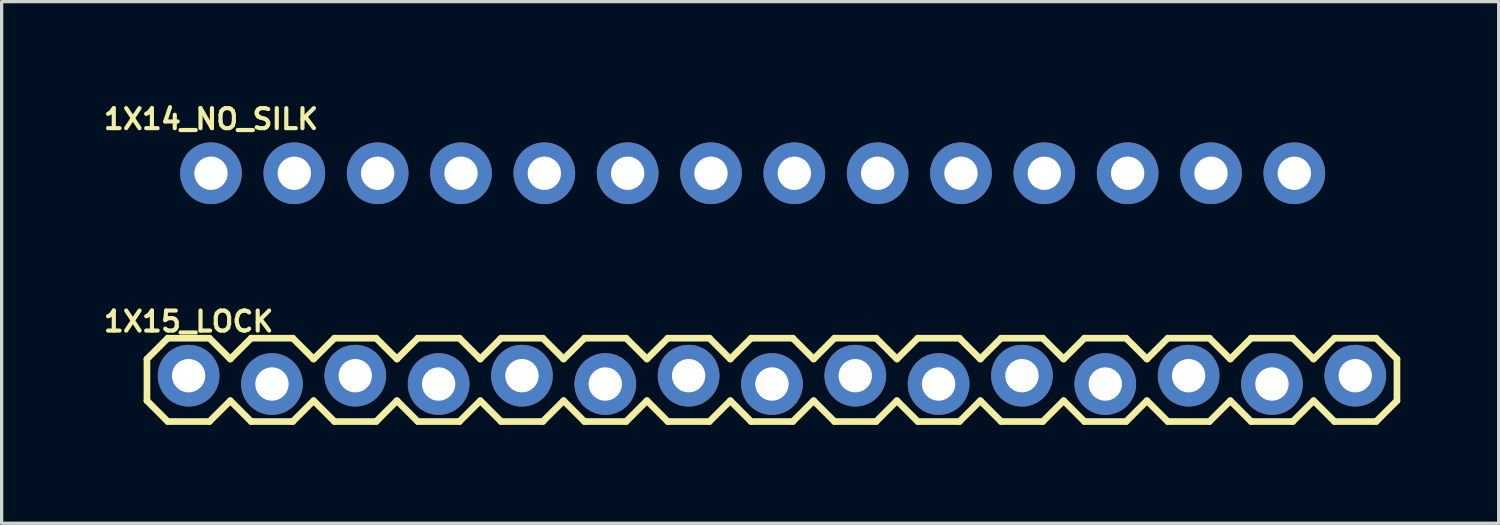
<source format=kicad_pcb>
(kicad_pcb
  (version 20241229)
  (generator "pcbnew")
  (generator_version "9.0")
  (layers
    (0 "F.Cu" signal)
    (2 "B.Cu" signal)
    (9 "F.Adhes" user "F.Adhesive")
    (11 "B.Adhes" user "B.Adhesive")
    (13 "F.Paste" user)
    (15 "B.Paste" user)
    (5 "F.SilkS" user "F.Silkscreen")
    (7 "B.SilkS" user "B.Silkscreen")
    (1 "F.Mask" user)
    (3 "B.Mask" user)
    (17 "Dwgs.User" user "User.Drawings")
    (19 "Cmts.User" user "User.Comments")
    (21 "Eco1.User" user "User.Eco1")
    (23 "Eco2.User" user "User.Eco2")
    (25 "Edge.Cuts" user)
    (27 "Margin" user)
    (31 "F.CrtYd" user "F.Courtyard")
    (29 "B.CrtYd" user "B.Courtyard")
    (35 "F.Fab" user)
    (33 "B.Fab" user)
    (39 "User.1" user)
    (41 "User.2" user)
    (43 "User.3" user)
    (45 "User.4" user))
  (footprint "1X15_LOCK"
    (layer "F.Cu")
    (at 2.699 8.528)
    (property "Reference" "1X15_LOCK" (at 0 -1.778 0) (layer "F.SilkS") (effects (font (size 0.61 0.61) (thickness 0.127))))
    (attr exclude_from_pos_files exclude_from_bom)
    (fp_line (start -1.27 -0.635) (end -1.27 0.635) (stroke (width 0.203) (type solid)) (layer "F.SilkS"))
    (fp_line (start -1.27 0.635) (end -0.635 1.27) (stroke (width 0.203) (type solid)) (layer "F.SilkS"))
    (fp_line (start -0.635 -1.27) (end -1.27 -0.635) (stroke (width 0.203) (type solid)) (layer "F.SilkS"))
    (fp_line (start -0.635 -1.27) (end 0.635 -1.27) (stroke (width 0.203) (type solid)) (layer "F.SilkS"))
    (fp_line (start 0.635 -1.27) (end 1.27 -0.635) (stroke (width 0.203) (type solid)) (layer "F.SilkS"))
    (fp_line (start 0.635 1.27) (end -0.635 1.27) (stroke (width 0.203) (type solid)) (layer "F.SilkS"))
    (fp_line (start 1.27 -0.635) (end 1.905 -1.27) (stroke (width 0.203) (type solid)) (layer "F.SilkS"))
    (fp_line (start 1.27 0.635) (end 0.635 1.27) (stroke (width 0.203) (type solid)) (layer "F.SilkS"))
    (fp_line (start 1.905 -1.27) (end 3.175 -1.27) (stroke (width 0.203) (type solid)) (layer "F.SilkS"))
    (fp_line (start 1.905 1.27) (end 1.27 0.635) (stroke (width 0.203) (type solid)) (layer "F.SilkS"))
    (fp_line (start 3.175 -1.27) (end 3.81 -0.635) (stroke (width 0.203) (type solid)) (layer "F.SilkS"))
    (fp_line (start 3.175 1.27) (end 1.905 1.27) (stroke (width 0.203) (type solid)) (layer "F.SilkS"))
    (fp_line (start 3.81 -0.635) (end 4.445 -1.27) (stroke (width 0.203) (type solid)) (layer "F.SilkS"))
    (fp_line (start 3.81 0.635) (end 3.175 1.27) (stroke (width 0.203) (type solid)) (layer "F.SilkS"))
    (fp_line (start 4.445 -1.27) (end 5.715 -1.27) (stroke (width 0.203) (type solid)) (layer "F.SilkS"))
    (fp_line (start 4.445 1.27) (end 3.81 0.635) (stroke (width 0.203) (type solid)) (layer "F.SilkS"))
    (fp_line (start 5.715 -1.27) (end 6.35 -0.635) (stroke (width 0.203) (type solid)) (layer "F.SilkS"))
    (fp_line (start 5.715 1.27) (end 4.445 1.27) (stroke (width 0.203) (type solid)) (layer "F.SilkS"))
    (fp_line (start 6.35 0.635) (end 5.715 1.27) (stroke (width 0.203) (type solid)) (layer "F.SilkS"))
    (fp_line (start 6.35 0.635) (end 6.985 1.27) (stroke (width 0.203) (type solid)) (layer "F.SilkS"))
    (fp_line (start 6.985 -1.27) (end 6.35 -0.635) (stroke (width 0.203) (type solid)) (layer "F.SilkS"))
    (fp_line (start 6.985 -1.27) (end 8.255 -1.27) (stroke (width 0.203) (type solid)) (layer "F.SilkS"))
    (fp_line (start 8.255 -1.27) (end 8.89 -0.635) (stroke (width 0.203) (type solid)) (layer "F.SilkS"))
    (fp_line (start 8.255 1.27) (end 6.985 1.27) (stroke (width 0.203) (type solid)) (layer "F.SilkS"))
    (fp_line (start 8.89 -0.635) (end 9.525 -1.27) (stroke (width 0.203) (type solid)) (layer "F.SilkS"))
    (fp_line (start 8.89 0.635) (end 8.255 1.27) (stroke (width 0.203) (type solid)) (layer "F.SilkS"))
    (fp_line (start 9.525 -1.27) (end 10.795 -1.27) (stroke (width 0.203) (type solid)) (layer "F.SilkS"))
    (fp_line (start 9.525 1.27) (end 8.89 0.635) (stroke (width 0.203) (type solid)) (layer "F.SilkS"))
    (fp_line (start 10.795 -1.27) (end 11.43 -0.635) (stroke (width 0.203) (type solid)) (layer "F.SilkS"))
    (fp_line (start 10.795 1.27) (end 9.525 1.27) (stroke (width 0.203) (type solid)) (layer "F.SilkS"))
    (fp_line (start 11.43 -0.635) (end 12.065 -1.27) (stroke (width 0.203) (type solid)) (layer "F.SilkS"))
    (fp_line (start 11.43 0.635) (end 10.795 1.27) (stroke (width 0.203) (type solid)) (layer "F.SilkS"))
    (fp_line (start 12.065 -1.27) (end 13.335 -1.27) (stroke (width 0.203) (type solid)) (layer "F.SilkS"))
    (fp_line (start 12.065 1.27) (end 11.43 0.635) (stroke (width 0.203) (type solid)) (layer "F.SilkS"))
    (fp_line (start 13.335 -1.27) (end 13.97 -0.635) (stroke (width 0.203) (type solid)) (layer "F.SilkS"))
    (fp_line (start 13.335 1.27) (end 12.065 1.27) (stroke (width 0.203) (type solid)) (layer "F.SilkS"))
    (fp_line (start 13.97 0.635) (end 13.335 1.27) (stroke (width 0.203) (type solid)) (layer "F.SilkS"))
    (fp_line (start 13.97 0.635) (end 14.605 1.27) (stroke (width 0.203) (type solid)) (layer "F.SilkS"))
    (fp_line (start 14.605 -1.27) (end 13.97 -0.635) (stroke (width 0.203) (type solid)) (layer "F.SilkS"))
    (fp_line (start 14.605 -1.27) (end 15.875 -1.27) (stroke (width 0.203) (type solid)) (layer "F.SilkS"))
    (fp_line (start 15.875 -1.27) (end 16.51 -0.635) (stroke (width 0.203) (type solid)) (layer "F.SilkS"))
    (fp_line (start 15.875 1.27) (end 14.605 1.27) (stroke (width 0.203) (type solid)) (layer "F.SilkS"))
    (fp_line (start 16.51 0.635) (end 15.875 1.27) (stroke (width 0.203) (type solid)) (layer "F.SilkS"))
    (fp_line (start 16.51 0.635) (end 17.145 1.27) (stroke (width 0.203) (type solid)) (layer "F.SilkS"))
    (fp_line (start 17.145 -1.27) (end 16.51 -0.635) (stroke (width 0.203) (type solid)) (layer "F.SilkS"))
    (fp_line (start 17.145 -1.27) (end 18.415 -1.27) (stroke (width 0.203) (type solid)) (layer "F.SilkS"))
    (fp_line (start 18.415 -1.27) (end 19.05 -0.635) (stroke (width 0.203) (type solid)) (layer "F.SilkS"))
    (fp_line (start 18.415 1.27) (end 17.145 1.27) (stroke (width 0.203) (type solid)) (layer "F.SilkS"))
    (fp_line (start 19.05 -0.635) (end 19.685 -1.27) (stroke (width 0.203) (type solid)) (layer "F.SilkS"))
    (fp_line (start 19.05 0.635) (end 18.415 1.27) (stroke (width 0.203) (type solid)) (layer "F.SilkS"))
    (fp_line (start 19.685 -1.27) (end 20.955 -1.27) (stroke (width 0.203) (type solid)) (layer "F.SilkS"))
    (fp_line (start 19.685 1.27) (end 19.05 0.635) (stroke (width 0.203) (type solid)) (layer "F.SilkS"))
    (fp_line (start 20.955 -1.27) (end 21.59 -0.635) (stroke (width 0.203) (type solid)) (layer "F.SilkS"))
    (fp_line (start 20.955 1.27) (end 19.685 1.27) (stroke (width 0.203) (type solid)) (layer "F.SilkS"))
    (fp_line (start 21.59 -0.635) (end 22.225 -1.27) (stroke (width 0.203) (type solid)) (layer "F.SilkS"))
    (fp_line (start 21.59 0.635) (end 20.955 1.27) (stroke (width 0.203) (type solid)) (layer "F.SilkS"))
    (fp_line (start 22.225 -1.27) (end 23.495 -1.27) (stroke (width 0.203) (type solid)) (layer "F.SilkS"))
    (fp_line (start 22.225 1.27) (end 21.59 0.635) (stroke (width 0.203) (type solid)) (layer "F.SilkS"))
    (fp_line (start 23.495 -1.27) (end 24.13 -0.635) (stroke (width 0.203) (type solid)) (layer "F.SilkS"))
    (fp_line (start 23.495 1.27) (end 22.225 1.27) (stroke (width 0.203) (type solid)) (layer "F.SilkS"))
    (fp_line (start 24.13 0.635) (end 23.495 1.27) (stroke (width 0.203) (type solid)) (layer "F.SilkS"))
    (fp_line (start 24.13 0.635) (end 24.765 1.27) (stroke (width 0.203) (type solid)) (layer "F.SilkS"))
    (fp_line (start 24.765 -1.27) (end 24.13 -0.635) (stroke (width 0.203) (type solid)) (layer "F.SilkS"))
    (fp_line (start 24.765 -1.27) (end 26.035 -1.27) (stroke (width 0.203) (type solid)) (layer "F.SilkS"))
    (fp_line (start 26.035 -1.27) (end 26.67 -0.635) (stroke (width 0.203) (type solid)) (layer "F.SilkS"))
    (fp_line (start 26.035 1.27) (end 24.765 1.27) (stroke (width 0.203) (type solid)) (layer "F.SilkS"))
    (fp_line (start 26.67 -0.635) (end 27.305 -1.27) (stroke (width 0.203) (type solid)) (layer "F.SilkS"))
    (fp_line (start 26.67 0.635) (end 26.035 1.27) (stroke (width 0.203) (type solid)) (layer "F.SilkS"))
    (fp_line (start 27.305 -1.27) (end 28.575 -1.27) (stroke (width 0.203) (type solid)) (layer "F.SilkS"))
    (fp_line (start 27.305 1.27) (end 26.67 0.635) (stroke (width 0.203) (type solid)) (layer "F.SilkS"))
    (fp_line (start 28.575 -1.27) (end 29.21 -0.635) (stroke (width 0.203) (type solid)) (layer "F.SilkS"))
    (fp_line (start 28.575 1.27) (end 27.305 1.27) (stroke (width 0.203) (type solid)) (layer "F.SilkS"))
    (fp_line (start 29.21 -0.635) (end 29.845 -1.27) (stroke (width 0.203) (type solid)) (layer "F.SilkS"))
    (fp_line (start 29.21 0.635) (end 28.575 1.27) (stroke (width 0.203) (type solid)) (layer "F.SilkS"))
    (fp_line (start 29.845 -1.27) (end 31.115 -1.27) (stroke (width 0.203) (type solid)) (layer "F.SilkS"))
    (fp_line (start 29.845 1.27) (end 29.21 0.635) (stroke (width 0.203) (type solid)) (layer "F.SilkS"))
    (fp_line (start 31.115 -1.27) (end 31.75 -0.635) (stroke (width 0.203) (type solid)) (layer "F.SilkS"))
    (fp_line (start 31.115 1.27) (end 29.845 1.27) (stroke (width 0.203) (type solid)) (layer "F.SilkS"))
    (fp_line (start 31.75 0.635) (end 31.115 1.27) (stroke (width 0.203) (type solid)) (layer "F.SilkS"))
    (fp_line (start 31.75 0.635) (end 32.385 1.27) (stroke (width 0.203) (type solid)) (layer "F.SilkS"))
    (fp_line (start 32.385 -1.27) (end 31.75 -0.635) (stroke (width 0.203) (type solid)) (layer "F.SilkS"))
    (fp_line (start 32.385 -1.27) (end 33.655 -1.27) (stroke (width 0.203) (type solid)) (layer "F.SilkS"))
    (fp_line (start 33.655 -1.27) (end 34.29 -0.635) (stroke (width 0.203) (type solid)) (layer "F.SilkS"))
    (fp_line (start 33.655 1.27) (end 32.385 1.27) (stroke (width 0.203) (type solid)) (layer "F.SilkS"))
    (fp_line (start 34.29 0.635) (end 33.655 1.27) (stroke (width 0.203) (type solid)) (layer "F.SilkS"))
    (fp_line (start 34.29 0.635) (end 34.925 1.27) (stroke (width 0.203) (type solid)) (layer "F.SilkS"))
    (fp_line (start 34.925 -1.27) (end 34.29 -0.635) (stroke (width 0.203) (type solid)) (layer "F.SilkS"))
    (fp_line (start 34.925 -1.27) (end 36.195 -1.27) (stroke (width 0.203) (type solid)) (layer "F.SilkS"))
    (fp_line (start 36.195 -1.27) (end 36.83 -0.635) (stroke (width 0.203) (type solid)) (layer "F.SilkS"))
    (fp_line (start 36.195 1.27) (end 34.925 1.27) (stroke (width 0.203) (type solid)) (layer "F.SilkS"))
    (fp_line (start 36.83 -0.635) (end 36.83 0.635) (stroke (width 0.203) (type solid)) (layer "F.SilkS"))
    (fp_line (start 36.83 0.635) (end 36.195 1.27) (stroke (width 0.203) (type solid)) (layer "F.SilkS"))
    (pad "1" thru_hole circle (at 0 -0.127) (size 1.88 1.88) (drill 1.016) (layers "*.Cu" "*.Paste" "*.Mask"))
    (pad "2" thru_hole circle (at 2.54 0.127) (size 1.88 1.88) (drill 1.016) (layers "*.Cu" "*.Paste" "*.Mask"))
    (pad "3" thru_hole circle (at 5.08 -0.127) (size 1.88 1.88) (drill 1.016) (layers "*.Cu" "*.Paste" "*.Mask"))
    (pad "4" thru_hole circle (at 7.62 0.127) (size 1.88 1.88) (drill 1.016) (layers "*.Cu" "*.Paste" "*.Mask"))
    (pad "5" thru_hole circle (at 10.16 -0.127) (size 1.88 1.88) (drill 1.016) (layers "*.Cu" "*.Paste" "*.Mask"))
    (pad "6" thru_hole circle (at 12.7 0.127) (size 1.88 1.88) (drill 1.016) (layers "*.Cu" "*.Paste" "*.Mask"))
    (pad "7" thru_hole circle (at 15.24 -0.127) (size 1.88 1.88) (drill 1.016) (layers "*.Cu" "*.Paste" "*.Mask"))
    (pad "8" thru_hole circle (at 17.78 0.127) (size 1.88 1.88) (drill 1.016) (layers "*.Cu" "*.Paste" "*.Mask"))
    (pad "9" thru_hole circle (at 20.32 -0.127) (size 1.88 1.88) (drill 1.016) (layers "*.Cu" "*.Paste" "*.Mask"))
    (pad "10" thru_hole circle (at 22.86 0.127) (size 1.88 1.88) (drill 1.016) (layers "*.Cu" "*.Paste" "*.Mask"))
    (pad "11" thru_hole circle (at 25.4 -0.127) (size 1.88 1.88) (drill 1.016) (layers "*.Cu" "*.Paste" "*.Mask"))
    (pad "12" thru_hole circle (at 27.94 0.127) (size 1.88 1.88) (drill 1.016) (layers "*.Cu" "*.Paste" "*.Mask"))
    (pad "13" thru_hole circle (at 30.48 -0.127) (size 1.88 1.88) (drill 1.016) (layers "*.Cu" "*.Paste" "*.Mask"))
    (pad "14" thru_hole circle (at 33.02 0.127) (size 1.88 1.88) (drill 1.016) (layers "*.Cu" "*.Paste" "*.Mask"))
    (pad "15" thru_hole circle (at 35.56 -0.127) (size 1.88 1.88) (drill 1.016) (layers "*.Cu" "*.Paste" "*.Mask")))
  (footprint "1X14_NO_SILK"
    (layer "F.Cu")
    (at 3.381 2.231)
    (property "Reference" "1X14_NO_SILK" (at 0 -1.651 0) (layer "F.SilkS") (effects (font (size 0.61 0.61) (thickness 0.127))))
    (attr exclude_from_pos_files exclude_from_bom)
    (pad "1" thru_hole circle (at 0 0) (size 1.88 1.88) (drill 1.016) (layers "*.Cu" "*.Paste" "*.Mask"))
    (pad "2" thru_hole circle (at 2.54 0) (size 1.88 1.88) (drill 1.016) (layers "*.Cu" "*.Paste" "*.Mask"))
    (pad "3" thru_hole circle (at 5.08 0) (size 1.88 1.88) (drill 1.016) (layers "*.Cu" "*.Paste" "*.Mask"))
    (pad "4" thru_hole circle (at 7.62 0) (size 1.88 1.88) (drill 1.016) (layers "*.Cu" "*.Paste" "*.Mask"))
    (pad "5" thru_hole circle (at 10.16 0) (size 1.88 1.88) (drill 1.016) (layers "*.Cu" "*.Paste" "*.Mask"))
    (pad "6" thru_hole circle (at 12.7 0) (size 1.88 1.88) (drill 1.016) (layers "*.Cu" "*.Paste" "*.Mask"))
    (pad "7" thru_hole circle (at 15.24 0) (size 1.88 1.88) (drill 1.016) (layers "*.Cu" "*.Paste" "*.Mask"))
    (pad "8" thru_hole circle (at 17.78 0) (size 1.88 1.88) (drill 1.016) (layers "*.Cu" "*.Paste" "*.Mask"))
    (pad "9" thru_hole circle (at 20.32 0) (size 1.88 1.88) (drill 1.016) (layers "*.Cu" "*.Paste" "*.Mask"))
    (pad "10" thru_hole circle (at 22.86 0) (size 1.88 1.88) (drill 1.016) (layers "*.Cu" "*.Paste" "*.Mask"))
    (pad "11" thru_hole circle (at 25.4 0) (size 1.88 1.88) (drill 1.016) (layers "*.Cu" "*.Paste" "*.Mask"))
    (pad "12" thru_hole circle (at 27.94 0) (size 1.88 1.88) (drill 1.016) (layers "*.Cu" "*.Paste" "*.Mask"))
    (pad "13" thru_hole circle (at 30.48 0) (size 1.88 1.88) (drill 1.016) (layers "*.Cu" "*.Paste" "*.Mask"))
    (pad "14" thru_hole circle (at 33.02 0) (size 1.88 1.88) (drill 1.016) (layers "*.Cu" "*.Paste" "*.Mask")))
  (gr_rect
    (start -3 -3)
    (end 42.63 12.899)
    (stroke (width 0.1) (type default))
    (fill no)
    (layer "Edge.Cuts")))
</source>
